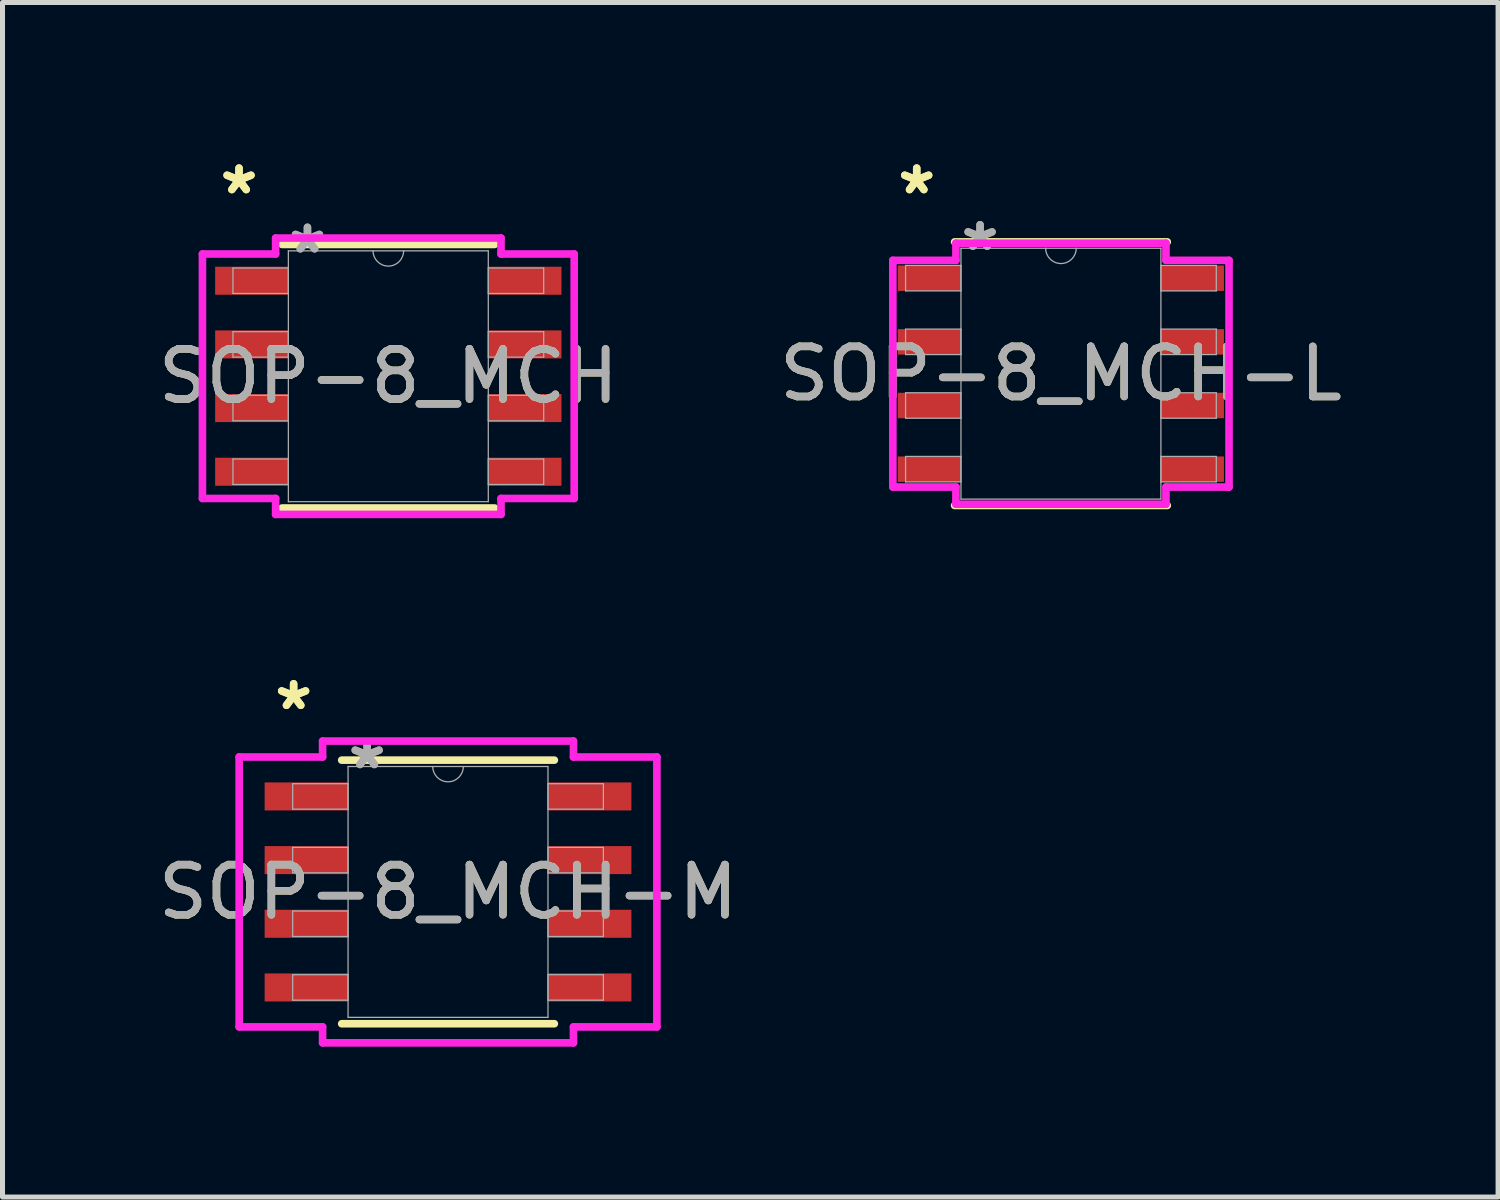
<source format=kicad_pcb>
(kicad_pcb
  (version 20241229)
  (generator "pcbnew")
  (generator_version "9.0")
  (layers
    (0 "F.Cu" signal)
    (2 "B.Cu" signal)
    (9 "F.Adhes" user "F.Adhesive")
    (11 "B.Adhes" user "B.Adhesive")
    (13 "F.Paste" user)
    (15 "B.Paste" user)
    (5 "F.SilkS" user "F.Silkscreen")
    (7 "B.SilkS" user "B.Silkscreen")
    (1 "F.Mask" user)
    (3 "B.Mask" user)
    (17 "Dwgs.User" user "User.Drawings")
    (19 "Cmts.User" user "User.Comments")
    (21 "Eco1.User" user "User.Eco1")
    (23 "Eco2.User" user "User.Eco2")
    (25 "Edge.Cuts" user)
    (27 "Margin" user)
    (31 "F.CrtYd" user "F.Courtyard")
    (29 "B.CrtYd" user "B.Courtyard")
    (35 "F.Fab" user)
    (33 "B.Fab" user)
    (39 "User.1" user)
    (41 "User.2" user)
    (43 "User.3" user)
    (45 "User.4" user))
  (footprint "SOP-8_MCH-L"
    (layer "F.Cu")
    (at 18.113 4.404)
    (property "Reference" "SOP-8_MCH-L" (at 0 0 0) (unlocked yes) (layer "F.SilkS") (effects (font (size 1 1) (thickness 0.15))))
    (attr smd)
    (fp_line (start -2.121 2.629) (end 2.121 2.629) (stroke (width 0.152) (type solid)) (layer "F.SilkS"))
    (fp_line (start 2.121 -2.629) (end -2.121 -2.629) (stroke (width 0.152) (type solid)) (layer "F.SilkS"))
    (fp_line (start -3.353 -2.261) (end -2.095 -2.261) (stroke (width 0.152) (type solid)) (layer "F.CrtYd"))
    (fp_line (start -3.353 2.261) (end -3.353 -2.261) (stroke (width 0.152) (type solid)) (layer "F.CrtYd"))
    (fp_line (start -3.353 2.261) (end -2.095 2.261) (stroke (width 0.152) (type solid)) (layer "F.CrtYd"))
    (fp_line (start -2.095 -2.603) (end 2.095 -2.603) (stroke (width 0.152) (type solid)) (layer "F.CrtYd"))
    (fp_line (start -2.095 -2.261) (end -2.095 -2.603) (stroke (width 0.152) (type solid)) (layer "F.CrtYd"))
    (fp_line (start -2.095 2.603) (end -2.095 2.261) (stroke (width 0.152) (type solid)) (layer "F.CrtYd"))
    (fp_line (start 2.095 -2.603) (end 2.095 -2.261) (stroke (width 0.152) (type solid)) (layer "F.CrtYd"))
    (fp_line (start 2.095 2.261) (end 2.095 2.603) (stroke (width 0.152) (type solid)) (layer "F.CrtYd"))
    (fp_line (start 2.095 2.603) (end -2.095 2.603) (stroke (width 0.152) (type solid)) (layer "F.CrtYd"))
    (fp_line (start 3.353 -2.261) (end 2.095 -2.261) (stroke (width 0.152) (type solid)) (layer "F.CrtYd"))
    (fp_line (start 3.353 -2.261) (end 3.353 2.261) (stroke (width 0.152) (type solid)) (layer "F.CrtYd"))
    (fp_line (start 3.353 2.261) (end 2.095 2.261) (stroke (width 0.152) (type solid)) (layer "F.CrtYd"))
    (fp_line (start -3.099 -2.159) (end -3.099 -1.651) (stroke (width 0.025) (type solid)) (layer "F.Fab"))
    (fp_line (start -3.099 -1.651) (end -1.994 -1.651) (stroke (width 0.025) (type solid)) (layer "F.Fab"))
    (fp_line (start -3.099 -0.889) (end -3.099 -0.381) (stroke (width 0.025) (type solid)) (layer "F.Fab"))
    (fp_line (start -3.099 -0.381) (end -1.994 -0.381) (stroke (width 0.025) (type solid)) (layer "F.Fab"))
    (fp_line (start -3.099 0.381) (end -3.099 0.889) (stroke (width 0.025) (type solid)) (layer "F.Fab"))
    (fp_line (start -3.099 0.889) (end -1.994 0.889) (stroke (width 0.025) (type solid)) (layer "F.Fab"))
    (fp_line (start -3.099 1.651) (end -3.099 2.159) (stroke (width 0.025) (type solid)) (layer "F.Fab"))
    (fp_line (start -3.099 2.159) (end -1.994 2.159) (stroke (width 0.025) (type solid)) (layer "F.Fab"))
    (fp_line (start -1.994 -2.502) (end -1.994 2.502) (stroke (width 0.025) (type solid)) (layer "F.Fab"))
    (fp_line (start -1.994 -2.159) (end -3.099 -2.159) (stroke (width 0.025) (type solid)) (layer "F.Fab"))
    (fp_line (start -1.994 -1.651) (end -1.994 -2.159) (stroke (width 0.025) (type solid)) (layer "F.Fab"))
    (fp_line (start -1.994 -0.889) (end -3.099 -0.889) (stroke (width 0.025) (type solid)) (layer "F.Fab"))
    (fp_line (start -1.994 -0.381) (end -1.994 -0.889) (stroke (width 0.025) (type solid)) (layer "F.Fab"))
    (fp_line (start -1.994 0.381) (end -3.099 0.381) (stroke (width 0.025) (type solid)) (layer "F.Fab"))
    (fp_line (start -1.994 0.889) (end -1.994 0.381) (stroke (width 0.025) (type solid)) (layer "F.Fab"))
    (fp_line (start -1.994 1.651) (end -3.099 1.651) (stroke (width 0.025) (type solid)) (layer "F.Fab"))
    (fp_line (start -1.994 2.159) (end -1.994 1.651) (stroke (width 0.025) (type solid)) (layer "F.Fab"))
    (fp_line (start -1.994 2.502) (end 1.994 2.502) (stroke (width 0.025) (type solid)) (layer "F.Fab"))
    (fp_line (start 1.994 -2.502) (end -1.994 -2.502) (stroke (width 0.025) (type solid)) (layer "F.Fab"))
    (fp_line (start 1.994 -2.159) (end 1.994 -1.651) (stroke (width 0.025) (type solid)) (layer "F.Fab"))
    (fp_line (start 1.994 -1.651) (end 3.099 -1.651) (stroke (width 0.025) (type solid)) (layer "F.Fab"))
    (fp_line (start 1.994 -0.889) (end 1.994 -0.381) (stroke (width 0.025) (type solid)) (layer "F.Fab"))
    (fp_line (start 1.994 -0.381) (end 3.099 -0.381) (stroke (width 0.025) (type solid)) (layer "F.Fab"))
    (fp_line (start 1.994 0.381) (end 1.994 0.889) (stroke (width 0.025) (type solid)) (layer "F.Fab"))
    (fp_line (start 1.994 0.889) (end 3.099 0.889) (stroke (width 0.025) (type solid)) (layer "F.Fab"))
    (fp_line (start 1.994 1.651) (end 1.994 2.159) (stroke (width 0.025) (type solid)) (layer "F.Fab"))
    (fp_line (start 1.994 2.159) (end 3.099 2.159) (stroke (width 0.025) (type solid)) (layer "F.Fab"))
    (fp_line (start 1.994 2.502) (end 1.994 -2.502) (stroke (width 0.025) (type solid)) (layer "F.Fab"))
    (fp_line (start 3.099 -2.159) (end 1.994 -2.159) (stroke (width 0.025) (type solid)) (layer "F.Fab"))
    (fp_line (start 3.099 -1.651) (end 3.099 -2.159) (stroke (width 0.025) (type solid)) (layer "F.Fab"))
    (fp_line (start 3.099 -0.889) (end 1.994 -0.889) (stroke (width 0.025) (type solid)) (layer "F.Fab"))
    (fp_line (start 3.099 -0.381) (end 3.099 -0.889) (stroke (width 0.025) (type solid)) (layer "F.Fab"))
    (fp_line (start 3.099 0.381) (end 1.994 0.381) (stroke (width 0.025) (type solid)) (layer "F.Fab"))
    (fp_line (start 3.099 0.889) (end 3.099 0.381) (stroke (width 0.025) (type solid)) (layer "F.Fab"))
    (fp_line (start 3.099 1.651) (end 1.994 1.651) (stroke (width 0.025) (type solid)) (layer "F.Fab"))
    (fp_line (start 3.099 2.159) (end 3.099 1.651) (stroke (width 0.025) (type solid)) (layer "F.Fab"))
    (fp_arc (start 0.3048 -2.5019) (mid 0 -2.1971) (end -0.3048 -2.5019) (stroke (width 0.0254) (type solid)) (layer "F.Fab"))
    (fp_text user "*" (at -2.877 -3.556 0) (layer "F.SilkS") (effects (font (size 1 1) (thickness 0.15))))
    (fp_text user "*" (at -2.877 -3.556 0) (unlocked yes) (layer "F.SilkS") (effects (font (size 1 1) (thickness 0.15))))
    (fp_text user "${REFERENCE}" (at 0 0 0) (unlocked yes) (layer "F.Fab") (effects (font (size 1 1) (thickness 0.15))))
    (fp_text user "*" (at -1.613 -2.426 0) (layer "F.Fab") (effects (font (size 1 1) (thickness 0.15))))
    (fp_text user "*" (at -1.613 -2.426 0) (unlocked yes) (layer "F.Fab") (effects (font (size 1 1) (thickness 0.15))))
    (pad "1" smd rect (at -2.623 -1.905) (size 1.257 0.508) (layers "F.Cu" "F.Mask" "F.Paste"))
    (pad "2" smd rect (at -2.623 -0.635) (size 1.257 0.508) (layers "F.Cu" "F.Mask" "F.Paste"))
    (pad "3" smd rect (at -2.623 0.635) (size 1.257 0.508) (layers "F.Cu" "F.Mask" "F.Paste"))
    (pad "4" smd rect (at -2.623 1.905) (size 1.257 0.508) (layers "F.Cu" "F.Mask" "F.Paste"))
    (pad "5" smd rect (at 2.623 1.905) (size 1.257 0.508) (layers "F.Cu" "F.Mask" "F.Paste"))
    (pad "6" smd rect (at 2.623 0.635) (size 1.257 0.508) (layers "F.Cu" "F.Mask" "F.Paste"))
    (pad "7" smd rect (at 2.623 -0.635) (size 1.257 0.508) (layers "F.Cu" "F.Mask" "F.Paste"))
    (pad "8" smd rect (at 2.623 -1.905) (size 1.257 0.508) (layers "F.Cu" "F.Mask" "F.Paste")))
  (footprint "SOP-8_MCH"
    (layer "F.Cu")
    (at 4.696 4.455)
    (property "Reference" "SOP-8_MCH" (at 0 0 0) (unlocked yes) (layer "F.SilkS") (effects (font (size 1 1) (thickness 0.15))))
    (attr smd)
    (fp_line (start -2.121 2.629) (end 2.121 2.629) (stroke (width 0.152) (type solid)) (layer "F.SilkS"))
    (fp_line (start 2.121 -2.629) (end -2.121 -2.629) (stroke (width 0.152) (type solid)) (layer "F.SilkS"))
    (fp_line (start -3.708 -2.438) (end -2.248 -2.438) (stroke (width 0.152) (type solid)) (layer "F.CrtYd"))
    (fp_line (start -3.708 2.438) (end -3.708 -2.438) (stroke (width 0.152) (type solid)) (layer "F.CrtYd"))
    (fp_line (start -3.708 2.438) (end -2.248 2.438) (stroke (width 0.152) (type solid)) (layer "F.CrtYd"))
    (fp_line (start -2.248 -2.756) (end 2.248 -2.756) (stroke (width 0.152) (type solid)) (layer "F.CrtYd"))
    (fp_line (start -2.248 -2.438) (end -2.248 -2.756) (stroke (width 0.152) (type solid)) (layer "F.CrtYd"))
    (fp_line (start -2.248 2.756) (end -2.248 2.438) (stroke (width 0.152) (type solid)) (layer "F.CrtYd"))
    (fp_line (start 2.248 -2.756) (end 2.248 -2.438) (stroke (width 0.152) (type solid)) (layer "F.CrtYd"))
    (fp_line (start 2.248 2.438) (end 2.248 2.756) (stroke (width 0.152) (type solid)) (layer "F.CrtYd"))
    (fp_line (start 2.248 2.756) (end -2.248 2.756) (stroke (width 0.152) (type solid)) (layer "F.CrtYd"))
    (fp_line (start 3.708 -2.438) (end 2.248 -2.438) (stroke (width 0.152) (type solid)) (layer "F.CrtYd"))
    (fp_line (start 3.708 -2.438) (end 3.708 2.438) (stroke (width 0.152) (type solid)) (layer "F.CrtYd"))
    (fp_line (start 3.708 2.438) (end 2.248 2.438) (stroke (width 0.152) (type solid)) (layer "F.CrtYd"))
    (fp_line (start -3.099 -2.159) (end -3.099 -1.651) (stroke (width 0.025) (type solid)) (layer "F.Fab"))
    (fp_line (start -3.099 -1.651) (end -1.994 -1.651) (stroke (width 0.025) (type solid)) (layer "F.Fab"))
    (fp_line (start -3.099 -0.889) (end -3.099 -0.381) (stroke (width 0.025) (type solid)) (layer "F.Fab"))
    (fp_line (start -3.099 -0.381) (end -1.994 -0.381) (stroke (width 0.025) (type solid)) (layer "F.Fab"))
    (fp_line (start -3.099 0.381) (end -3.099 0.889) (stroke (width 0.025) (type solid)) (layer "F.Fab"))
    (fp_line (start -3.099 0.889) (end -1.994 0.889) (stroke (width 0.025) (type solid)) (layer "F.Fab"))
    (fp_line (start -3.099 1.651) (end -3.099 2.159) (stroke (width 0.025) (type solid)) (layer "F.Fab"))
    (fp_line (start -3.099 2.159) (end -1.994 2.159) (stroke (width 0.025) (type solid)) (layer "F.Fab"))
    (fp_line (start -1.994 -2.502) (end -1.994 2.502) (stroke (width 0.025) (type solid)) (layer "F.Fab"))
    (fp_line (start -1.994 -2.159) (end -3.099 -2.159) (stroke (width 0.025) (type solid)) (layer "F.Fab"))
    (fp_line (start -1.994 -1.651) (end -1.994 -2.159) (stroke (width 0.025) (type solid)) (layer "F.Fab"))
    (fp_line (start -1.994 -0.889) (end -3.099 -0.889) (stroke (width 0.025) (type solid)) (layer "F.Fab"))
    (fp_line (start -1.994 -0.381) (end -1.994 -0.889) (stroke (width 0.025) (type solid)) (layer "F.Fab"))
    (fp_line (start -1.994 0.381) (end -3.099 0.381) (stroke (width 0.025) (type solid)) (layer "F.Fab"))
    (fp_line (start -1.994 0.889) (end -1.994 0.381) (stroke (width 0.025) (type solid)) (layer "F.Fab"))
    (fp_line (start -1.994 1.651) (end -3.099 1.651) (stroke (width 0.025) (type solid)) (layer "F.Fab"))
    (fp_line (start -1.994 2.159) (end -1.994 1.651) (stroke (width 0.025) (type solid)) (layer "F.Fab"))
    (fp_line (start -1.994 2.502) (end 1.994 2.502) (stroke (width 0.025) (type solid)) (layer "F.Fab"))
    (fp_line (start 1.994 -2.502) (end -1.994 -2.502) (stroke (width 0.025) (type solid)) (layer "F.Fab"))
    (fp_line (start 1.994 -2.159) (end 1.994 -1.651) (stroke (width 0.025) (type solid)) (layer "F.Fab"))
    (fp_line (start 1.994 -1.651) (end 3.099 -1.651) (stroke (width 0.025) (type solid)) (layer "F.Fab"))
    (fp_line (start 1.994 -0.889) (end 1.994 -0.381) (stroke (width 0.025) (type solid)) (layer "F.Fab"))
    (fp_line (start 1.994 -0.381) (end 3.099 -0.381) (stroke (width 0.025) (type solid)) (layer "F.Fab"))
    (fp_line (start 1.994 0.381) (end 1.994 0.889) (stroke (width 0.025) (type solid)) (layer "F.Fab"))
    (fp_line (start 1.994 0.889) (end 3.099 0.889) (stroke (width 0.025) (type solid)) (layer "F.Fab"))
    (fp_line (start 1.994 1.651) (end 1.994 2.159) (stroke (width 0.025) (type solid)) (layer "F.Fab"))
    (fp_line (start 1.994 2.159) (end 3.099 2.159) (stroke (width 0.025) (type solid)) (layer "F.Fab"))
    (fp_line (start 1.994 2.502) (end 1.994 -2.502) (stroke (width 0.025) (type solid)) (layer "F.Fab"))
    (fp_line (start 3.099 -2.159) (end 1.994 -2.159) (stroke (width 0.025) (type solid)) (layer "F.Fab"))
    (fp_line (start 3.099 -1.651) (end 3.099 -2.159) (stroke (width 0.025) (type solid)) (layer "F.Fab"))
    (fp_line (start 3.099 -0.889) (end 1.994 -0.889) (stroke (width 0.025) (type solid)) (layer "F.Fab"))
    (fp_line (start 3.099 -0.381) (end 3.099 -0.889) (stroke (width 0.025) (type solid)) (layer "F.Fab"))
    (fp_line (start 3.099 0.381) (end 1.994 0.381) (stroke (width 0.025) (type solid)) (layer "F.Fab"))
    (fp_line (start 3.099 0.889) (end 3.099 0.381) (stroke (width 0.025) (type solid)) (layer "F.Fab"))
    (fp_line (start 3.099 1.651) (end 1.994 1.651) (stroke (width 0.025) (type solid)) (layer "F.Fab"))
    (fp_line (start 3.099 2.159) (end 3.099 1.651) (stroke (width 0.025) (type solid)) (layer "F.Fab"))
    (fp_arc (start 0.3048 -2.5019) (mid 0 -2.1971) (end -0.3048 -2.5019) (stroke (width 0.0254) (type solid)) (layer "F.Fab"))
    (fp_text user "*" (at -2.978 -3.607 0) (layer "F.SilkS") (effects (font (size 1 1) (thickness 0.15))))
    (fp_text user "*" (at -2.978 -3.607 0) (unlocked yes) (layer "F.SilkS") (effects (font (size 1 1) (thickness 0.15))))
    (fp_text user "${REFERENCE}" (at 0 0 0) (unlocked yes) (layer "F.Fab") (effects (font (size 1 1) (thickness 0.15))))
    (fp_text user "*" (at -1.613 -2.426 0) (unlocked yes) (layer "F.Fab") (effects (font (size 1 1) (thickness 0.15))))
    (fp_text user "*" (at -1.613 -2.426 0) (layer "F.Fab") (effects (font (size 1 1) (thickness 0.15))))
    (pad "1" smd rect (at -2.724 -1.905) (size 1.46 0.559) (layers "F.Cu" "F.Mask" "F.Paste"))
    (pad "2" smd rect (at -2.724 -0.635) (size 1.46 0.559) (layers "F.Cu" "F.Mask" "F.Paste"))
    (pad "3" smd rect (at -2.724 0.635) (size 1.46 0.559) (layers "F.Cu" "F.Mask" "F.Paste"))
    (pad "4" smd rect (at -2.724 1.905) (size 1.46 0.559) (layers "F.Cu" "F.Mask" "F.Paste"))
    (pad "5" smd rect (at 2.724 1.905) (size 1.46 0.559) (layers "F.Cu" "F.Mask" "F.Paste"))
    (pad "6" smd rect (at 2.724 0.635) (size 1.46 0.559) (layers "F.Cu" "F.Mask" "F.Paste"))
    (pad "7" smd rect (at 2.724 -0.635) (size 1.46 0.559) (layers "F.Cu" "F.Mask" "F.Paste"))
    (pad "8" smd rect (at 2.724 -1.905) (size 1.46 0.559) (layers "F.Cu" "F.Mask" "F.Paste")))
  (footprint "SOP-8_MCH-M"
    (layer "F.Cu")
    (at 5.887 14.742)
    (property "Reference" "SOP-8_MCH-M" (at 0 0 0) (unlocked yes) (layer "F.SilkS") (effects (font (size 1 1) (thickness 0.15))))
    (attr smd)
    (fp_line (start -2.121 2.629) (end 2.121 2.629) (stroke (width 0.152) (type solid)) (layer "F.SilkS"))
    (fp_line (start 2.121 -2.629) (end -2.121 -2.629) (stroke (width 0.152) (type solid)) (layer "F.SilkS"))
    (fp_line (start -4.166 -2.692) (end -2.502 -2.692) (stroke (width 0.152) (type solid)) (layer "F.CrtYd"))
    (fp_line (start -4.166 2.692) (end -4.166 -2.692) (stroke (width 0.152) (type solid)) (layer "F.CrtYd"))
    (fp_line (start -4.166 2.692) (end -2.502 2.692) (stroke (width 0.152) (type solid)) (layer "F.CrtYd"))
    (fp_line (start -2.502 -3.01) (end 2.502 -3.01) (stroke (width 0.152) (type solid)) (layer "F.CrtYd"))
    (fp_line (start -2.502 -2.692) (end -2.502 -3.01) (stroke (width 0.152) (type solid)) (layer "F.CrtYd"))
    (fp_line (start -2.502 3.01) (end -2.502 2.692) (stroke (width 0.152) (type solid)) (layer "F.CrtYd"))
    (fp_line (start 2.502 -3.01) (end 2.502 -2.692) (stroke (width 0.152) (type solid)) (layer "F.CrtYd"))
    (fp_line (start 2.502 2.692) (end 2.502 3.01) (stroke (width 0.152) (type solid)) (layer "F.CrtYd"))
    (fp_line (start 2.502 3.01) (end -2.502 3.01) (stroke (width 0.152) (type solid)) (layer "F.CrtYd"))
    (fp_line (start 4.166 -2.692) (end 2.502 -2.692) (stroke (width 0.152) (type solid)) (layer "F.CrtYd"))
    (fp_line (start 4.166 -2.692) (end 4.166 2.692) (stroke (width 0.152) (type solid)) (layer "F.CrtYd"))
    (fp_line (start 4.166 2.692) (end 2.502 2.692) (stroke (width 0.152) (type solid)) (layer "F.CrtYd"))
    (fp_line (start -3.099 -2.159) (end -3.099 -1.651) (stroke (width 0.025) (type solid)) (layer "F.Fab"))
    (fp_line (start -3.099 -1.651) (end -1.994 -1.651) (stroke (width 0.025) (type solid)) (layer "F.Fab"))
    (fp_line (start -3.099 -0.889) (end -3.099 -0.381) (stroke (width 0.025) (type solid)) (layer "F.Fab"))
    (fp_line (start -3.099 -0.381) (end -1.994 -0.381) (stroke (width 0.025) (type solid)) (layer "F.Fab"))
    (fp_line (start -3.099 0.381) (end -3.099 0.889) (stroke (width 0.025) (type solid)) (layer "F.Fab"))
    (fp_line (start -3.099 0.889) (end -1.994 0.889) (stroke (width 0.025) (type solid)) (layer "F.Fab"))
    (fp_line (start -3.099 1.651) (end -3.099 2.159) (stroke (width 0.025) (type solid)) (layer "F.Fab"))
    (fp_line (start -3.099 2.159) (end -1.994 2.159) (stroke (width 0.025) (type solid)) (layer "F.Fab"))
    (fp_line (start -1.994 -2.502) (end -1.994 2.502) (stroke (width 0.025) (type solid)) (layer "F.Fab"))
    (fp_line (start -1.994 -2.159) (end -3.099 -2.159) (stroke (width 0.025) (type solid)) (layer "F.Fab"))
    (fp_line (start -1.994 -1.651) (end -1.994 -2.159) (stroke (width 0.025) (type solid)) (layer "F.Fab"))
    (fp_line (start -1.994 -0.889) (end -3.099 -0.889) (stroke (width 0.025) (type solid)) (layer "F.Fab"))
    (fp_line (start -1.994 -0.381) (end -1.994 -0.889) (stroke (width 0.025) (type solid)) (layer "F.Fab"))
    (fp_line (start -1.994 0.381) (end -3.099 0.381) (stroke (width 0.025) (type solid)) (layer "F.Fab"))
    (fp_line (start -1.994 0.889) (end -1.994 0.381) (stroke (width 0.025) (type solid)) (layer "F.Fab"))
    (fp_line (start -1.994 1.651) (end -3.099 1.651) (stroke (width 0.025) (type solid)) (layer "F.Fab"))
    (fp_line (start -1.994 2.159) (end -1.994 1.651) (stroke (width 0.025) (type solid)) (layer "F.Fab"))
    (fp_line (start -1.994 2.502) (end 1.994 2.502) (stroke (width 0.025) (type solid)) (layer "F.Fab"))
    (fp_line (start 1.994 -2.502) (end -1.994 -2.502) (stroke (width 0.025) (type solid)) (layer "F.Fab"))
    (fp_line (start 1.994 -2.159) (end 1.994 -1.651) (stroke (width 0.025) (type solid)) (layer "F.Fab"))
    (fp_line (start 1.994 -1.651) (end 3.099 -1.651) (stroke (width 0.025) (type solid)) (layer "F.Fab"))
    (fp_line (start 1.994 -0.889) (end 1.994 -0.381) (stroke (width 0.025) (type solid)) (layer "F.Fab"))
    (fp_line (start 1.994 -0.381) (end 3.099 -0.381) (stroke (width 0.025) (type solid)) (layer "F.Fab"))
    (fp_line (start 1.994 0.381) (end 1.994 0.889) (stroke (width 0.025) (type solid)) (layer "F.Fab"))
    (fp_line (start 1.994 0.889) (end 3.099 0.889) (stroke (width 0.025) (type solid)) (layer "F.Fab"))
    (fp_line (start 1.994 1.651) (end 1.994 2.159) (stroke (width 0.025) (type solid)) (layer "F.Fab"))
    (fp_line (start 1.994 2.159) (end 3.099 2.159) (stroke (width 0.025) (type solid)) (layer "F.Fab"))
    (fp_line (start 1.994 2.502) (end 1.994 -2.502) (stroke (width 0.025) (type solid)) (layer "F.Fab"))
    (fp_line (start 3.099 -2.159) (end 1.994 -2.159) (stroke (width 0.025) (type solid)) (layer "F.Fab"))
    (fp_line (start 3.099 -1.651) (end 3.099 -2.159) (stroke (width 0.025) (type solid)) (layer "F.Fab"))
    (fp_line (start 3.099 -0.889) (end 1.994 -0.889) (stroke (width 0.025) (type solid)) (layer "F.Fab"))
    (fp_line (start 3.099 -0.381) (end 3.099 -0.889) (stroke (width 0.025) (type solid)) (layer "F.Fab"))
    (fp_line (start 3.099 0.381) (end 1.994 0.381) (stroke (width 0.025) (type solid)) (layer "F.Fab"))
    (fp_line (start 3.099 0.889) (end 3.099 0.381) (stroke (width 0.025) (type solid)) (layer "F.Fab"))
    (fp_line (start 3.099 1.651) (end 1.994 1.651) (stroke (width 0.025) (type solid)) (layer "F.Fab"))
    (fp_line (start 3.099 2.159) (end 3.099 1.651) (stroke (width 0.025) (type solid)) (layer "F.Fab"))
    (fp_arc (start 0.3048 -2.5019) (mid 0 -2.1971) (end -0.3048 -2.5019) (stroke (width 0.0254) (type solid)) (layer "F.Fab"))
    (fp_text user "*" (at -3.08 -3.607 0) (layer "F.SilkS") (effects (font (size 1 1) (thickness 0.15))))
    (fp_text user "*" (at -3.08 -3.607 0) (unlocked yes) (layer "F.SilkS") (effects (font (size 1 1) (thickness 0.15))))
    (fp_text user "*" (at -1.613 -2.426 0) (unlocked yes) (layer "F.Fab") (effects (font (size 1 1) (thickness 0.15))))
    (fp_text user "${REFERENCE}" (at 0 0 0) (unlocked yes) (layer "F.Fab") (effects (font (size 1 1) (thickness 0.15))))
    (fp_text user "*" (at -1.613 -2.426 0) (layer "F.Fab") (effects (font (size 1 1) (thickness 0.15))))
    (pad "1" smd rect (at -2.826 -1.905) (size 1.664 0.559) (layers "F.Cu" "F.Mask" "F.Paste"))
    (pad "2" smd rect (at -2.826 -0.635) (size 1.664 0.559) (layers "F.Cu" "F.Mask" "F.Paste"))
    (pad "3" smd rect (at -2.826 0.635) (size 1.664 0.559) (layers "F.Cu" "F.Mask" "F.Paste"))
    (pad "4" smd rect (at -2.826 1.905) (size 1.664 0.559) (layers "F.Cu" "F.Mask" "F.Paste"))
    (pad "5" smd rect (at 2.826 1.905) (size 1.664 0.559) (layers "F.Cu" "F.Mask" "F.Paste"))
    (pad "6" smd rect (at 2.826 0.635) (size 1.664 0.559) (layers "F.Cu" "F.Mask" "F.Paste"))
    (pad "7" smd rect (at 2.826 -0.635) (size 1.664 0.559) (layers "F.Cu" "F.Mask" "F.Paste"))
    (pad "8" smd rect (at 2.826 -1.905) (size 1.664 0.559) (layers "F.Cu" "F.Mask" "F.Paste")))
  (gr_rect
    (start -3 -3)
    (end 26.833 20.828)
    (stroke (width 0.1) (type default))
    (fill no)
    (layer "Edge.Cuts")))
</source>
